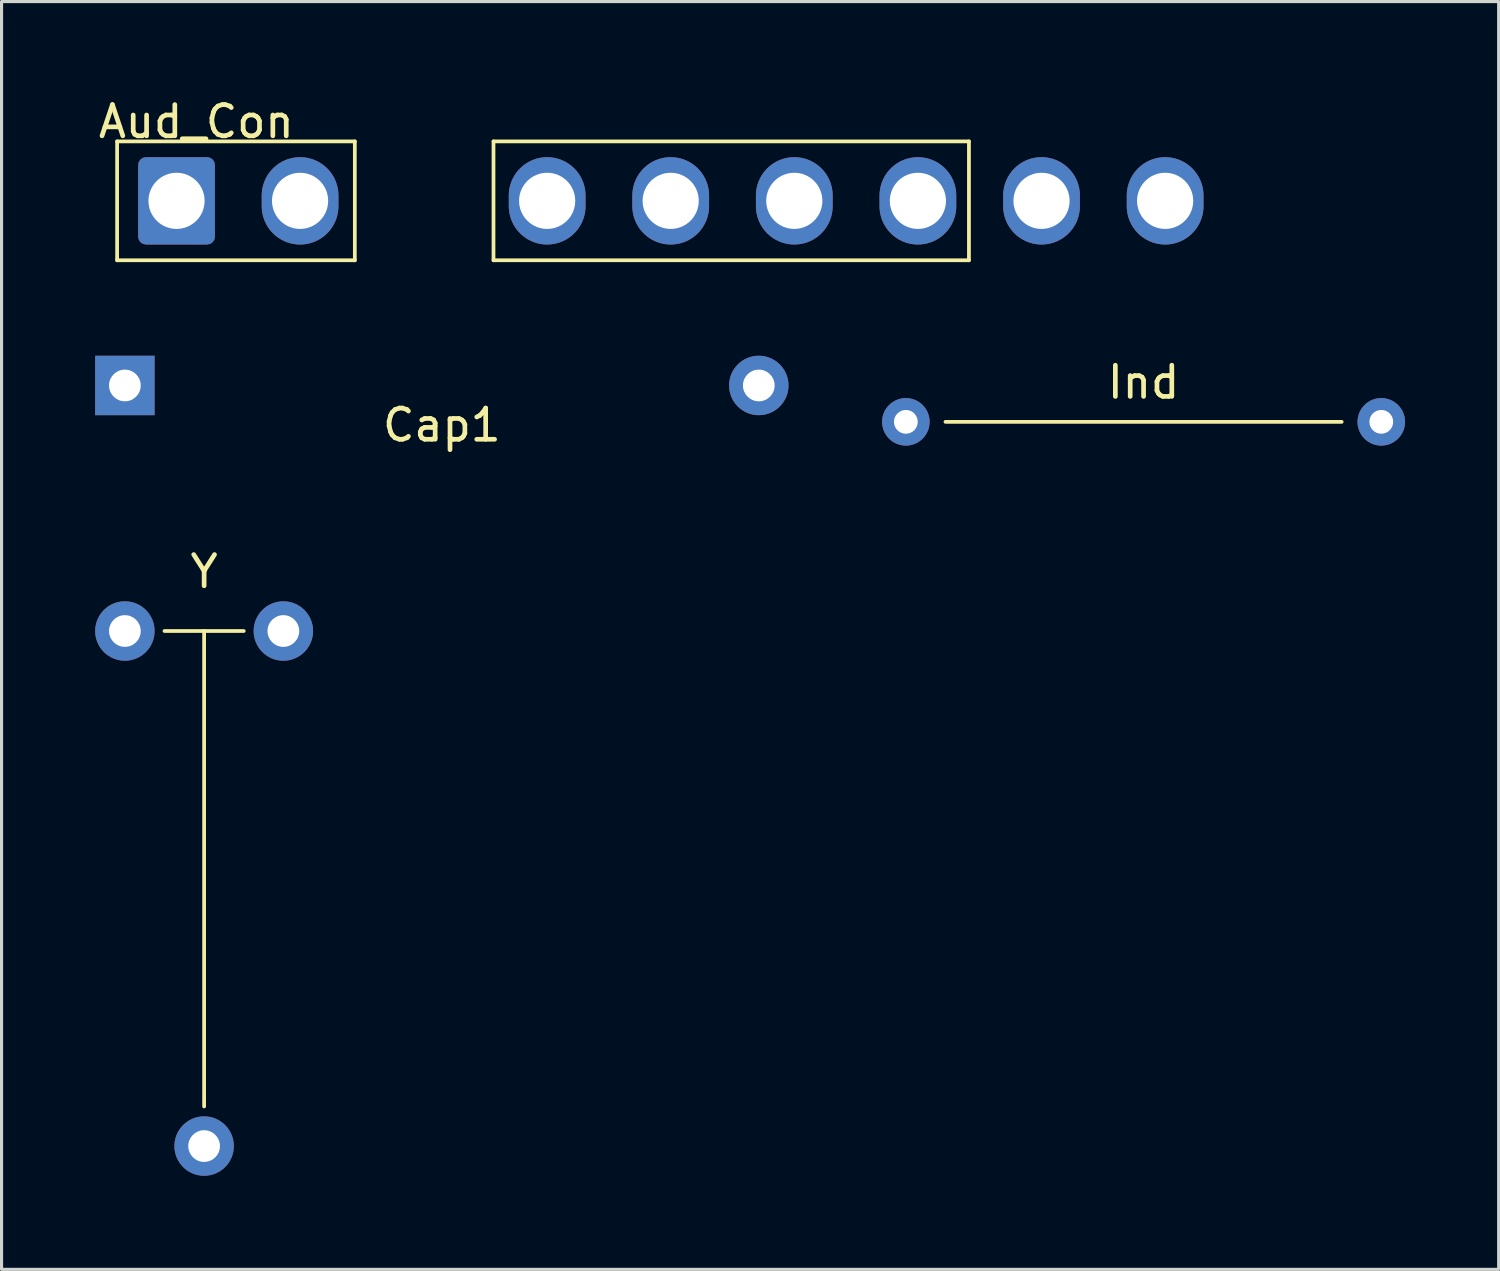
<source format=kicad_pcb>
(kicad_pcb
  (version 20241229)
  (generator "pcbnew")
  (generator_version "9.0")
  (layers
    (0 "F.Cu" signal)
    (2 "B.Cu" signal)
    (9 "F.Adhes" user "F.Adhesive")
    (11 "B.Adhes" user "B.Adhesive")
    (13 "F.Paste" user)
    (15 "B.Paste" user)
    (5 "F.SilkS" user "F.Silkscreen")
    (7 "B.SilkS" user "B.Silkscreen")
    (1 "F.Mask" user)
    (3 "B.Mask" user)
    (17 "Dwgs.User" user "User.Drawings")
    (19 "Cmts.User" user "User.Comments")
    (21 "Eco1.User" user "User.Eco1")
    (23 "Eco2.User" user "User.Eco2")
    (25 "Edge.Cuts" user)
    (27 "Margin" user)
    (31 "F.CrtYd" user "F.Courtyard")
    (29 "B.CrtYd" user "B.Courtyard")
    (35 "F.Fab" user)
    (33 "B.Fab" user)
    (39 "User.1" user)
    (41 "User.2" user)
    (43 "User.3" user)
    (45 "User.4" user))
  (footprint "Y"
    (layer "F.Cu")
    (at 3.493 17.177)
    (property "Reference" "Y" (at 0 -1.905 0) (layer "F.SilkS") (effects (font (size 1 1) (thickness 0.15))))
    (attr through_hole)
    (fp_line (start 0 0) (end 0 15.24) (stroke (width 0.12) (type solid)) (layer "F.SilkS"))
    (fp_line (start 1.27 0) (end -1.27 0) (stroke (width 0.12) (type solid)) (layer "F.SilkS"))
    (pad "1" thru_hole circle (at 2.54 0) (size 1.905 1.905) (drill 1.016) (layers "*.Cu" "*.Mask"))
    (pad "2" thru_hole circle (at -2.54 0) (size 1.905 1.905) (drill 1.016) (layers "*.Cu" "*.Mask"))
    (pad "3" thru_hole circle (at 0 16.51) (size 1.905 1.905) (drill 1.016) (layers "*.Cu" "*.Mask")))
  (footprint "Ind"
    (layer "F.Cu")
    (at 33.607 10.472)
    (property "Reference" "Ind" (at 0 -1.27 0) (layer "F.SilkS") (effects (font (size 1 1) (thickness 0.15))))
    (attr through_hole)
    (fp_line (start 6.35 0) (end -6.35 0) (stroke (width 0.12) (type solid)) (layer "F.SilkS"))
    (pad "1" thru_hole circle (at 7.62 0) (size 1.524 1.524) (drill 0.762) (layers "*.Cu" "*.Mask"))
    (pad "2" thru_hole circle (at -7.62 0) (size 1.524 1.524) (drill 0.762) (layers "*.Cu" "*.Mask")))
  (footprint "Cap1"
    (layer "F.Cu")
    (at 11.113 9.306)
    (property "Reference" "Cap1" (at 0 1.27 0) (layer "F.SilkS") (effects (font (size 1 1) (thickness 0.15))))
    (attr through_hole)
    (pad "1" thru_hole rect (at -10.16 0) (size 1.905 1.905) (drill 1.016) (layers "*.Cu" "*.Mask"))
    (pad "2" thru_hole circle (at 10.16 0) (size 1.905 1.905) (drill 1.016) (layers "*.Cu" "*.Mask")))
  (footprint "Aud_Con"
    (layer "F.Cu")
    (at 18.484 4.023)
    (property "Reference" "Aud_Con" (at -15.24 -3.175 0) (layer "F.SilkS") (effects (font (size 1 1) (thickness 0.15))))
    (attr through_hole)
    (fp_line (start -17.78 -2.54) (end -10.16 -2.54) (stroke (width 0.12) (type solid)) (layer "F.SilkS"))
    (fp_line (start -17.78 1.27) (end -17.78 -2.54) (stroke (width 0.12) (type solid)) (layer "F.SilkS"))
    (fp_line (start -10.16 -2.54) (end -10.16 1.27) (stroke (width 0.12) (type solid)) (layer "F.SilkS"))
    (fp_line (start -10.16 1.27) (end -17.78 1.27) (stroke (width 0.12) (type solid)) (layer "F.SilkS"))
    (fp_line (start -5.715 -2.54) (end -5.715 1.27) (stroke (width 0.12) (type solid)) (layer "F.SilkS"))
    (fp_line (start -5.715 1.27) (end 9.525 1.27) (stroke (width 0.12) (type solid)) (layer "F.SilkS"))
    (fp_line (start 9.525 -2.54) (end -5.715 -2.54) (stroke (width 0.12) (type solid)) (layer "F.SilkS"))
    (fp_line (start 9.525 -2.54) (end 9.525 1.27) (stroke (width 0.12) (type solid)) (layer "F.SilkS"))
    (pad "1" thru_hole roundrect (at -15.875 -0.635) (size 2.46 2.8) (drill 1.8) (layers "*.Cu" "*.Mask") (roundrect_rratio 0.102))
    (pad "2" thru_hole oval (at -11.915 -0.635) (size 2.46 2.8) (drill 1.8) (layers "*.Cu" "*.Mask"))
    (pad "4" thru_hole oval (at -3.995 -0.635) (size 2.46 2.8) (drill 1.8) (layers "*.Cu" "*.Mask"))
    (pad "5" thru_hole oval (at -0.035 -0.635) (size 2.46 2.8) (drill 1.8) (layers "*.Cu" "*.Mask"))
    (pad "6" thru_hole oval (at 3.927 -0.635) (size 2.46 2.8) (drill 1.8) (layers "*.Cu" "*.Mask"))
    (pad "7" thru_hole oval (at 7.889 -0.635) (size 2.46 2.8) (drill 1.8) (layers "*.Cu" "*.Mask"))
    (pad "8" thru_hole oval (at 11.852 -0.635) (size 2.46 2.8) (drill 1.8) (layers "*.Cu" "*.Mask"))
    (pad "9" thru_hole oval (at 15.814 -0.635) (size 2.46 2.8) (drill 1.8) (layers "*.Cu" "*.Mask")))
  (gr_rect
    (start -3 -3)
    (end 44.989 37.64)
    (stroke (width 0.1) (type default))
    (fill no)
    (layer "Edge.Cuts")))
</source>
